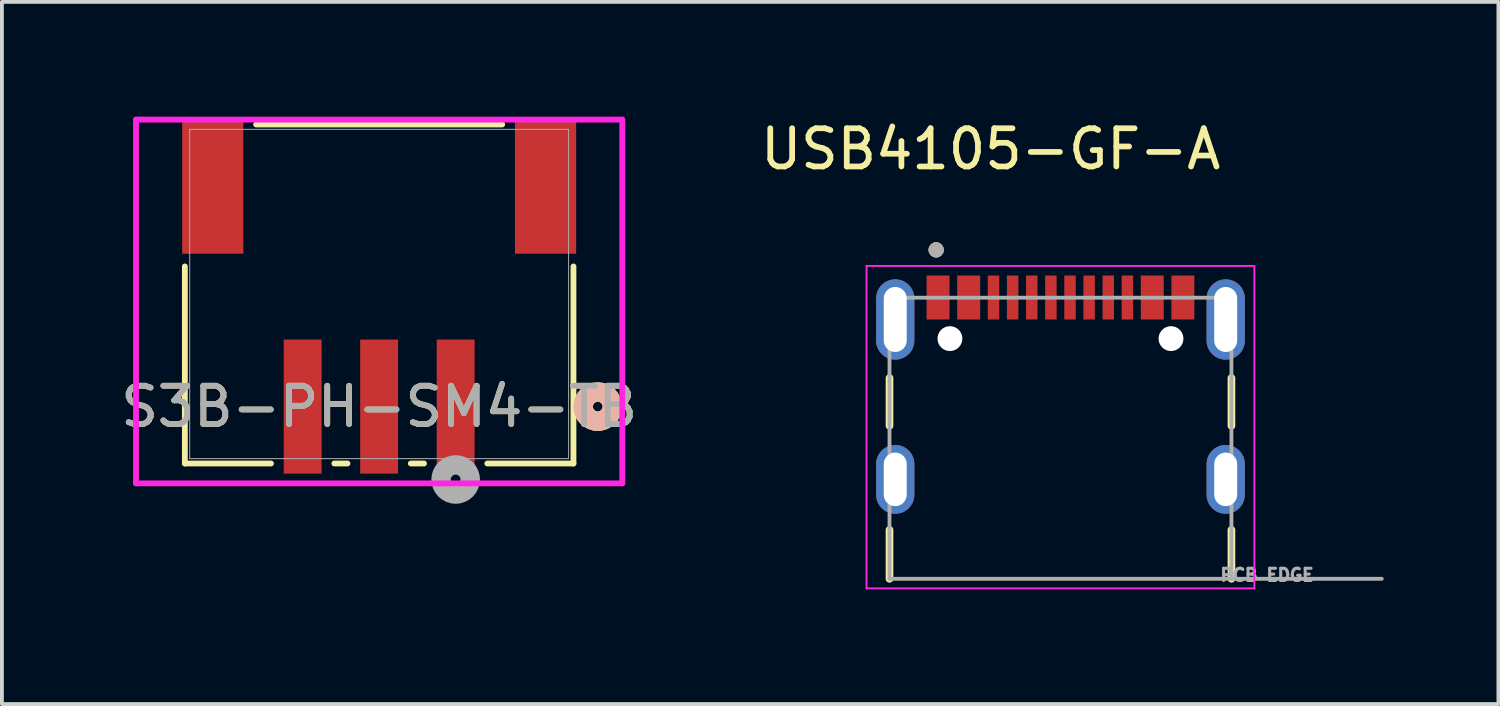
<source format=kicad_pcb>
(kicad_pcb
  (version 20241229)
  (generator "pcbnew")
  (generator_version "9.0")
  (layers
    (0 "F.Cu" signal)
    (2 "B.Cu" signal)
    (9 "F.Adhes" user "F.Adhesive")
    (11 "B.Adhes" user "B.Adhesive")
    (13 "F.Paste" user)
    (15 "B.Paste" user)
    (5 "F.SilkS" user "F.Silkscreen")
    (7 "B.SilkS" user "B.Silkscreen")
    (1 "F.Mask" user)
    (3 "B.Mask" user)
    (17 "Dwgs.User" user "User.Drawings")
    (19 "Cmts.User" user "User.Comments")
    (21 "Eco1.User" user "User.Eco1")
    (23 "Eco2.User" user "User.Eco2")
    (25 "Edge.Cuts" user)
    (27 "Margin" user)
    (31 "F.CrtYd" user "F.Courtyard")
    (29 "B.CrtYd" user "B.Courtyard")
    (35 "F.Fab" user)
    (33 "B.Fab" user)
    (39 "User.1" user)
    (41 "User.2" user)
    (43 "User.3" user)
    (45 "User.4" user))
  (footprint "S3B-PH-SM4-TB"
    (layer "F.Cu")
    (at 6.863 4.636)
    (property "Reference" "S3B-PH-SM4-TB" (at 0 2.945 0) (unlocked yes) (layer "F.SilkS") (effects (font (size 1 1) (thickness 0.15))))
    (attr smd)
    (fp_line (start -5.08 -0.72) (end -5.08 4.432) (stroke (width 0.152) (type solid)) (layer "F.SilkS"))
    (fp_line (start -5.08 4.432) (end -2.828 4.432) (stroke (width 0.152) (type solid)) (layer "F.SilkS"))
    (fp_line (start -1.172 4.432) (end -0.828 4.432) (stroke (width 0.152) (type solid)) (layer "F.SilkS"))
    (fp_line (start 0.828 4.432) (end 1.172 4.432) (stroke (width 0.152) (type solid)) (layer "F.SilkS"))
    (fp_line (start 2.828 4.432) (end 5.08 4.432) (stroke (width 0.152) (type solid)) (layer "F.SilkS"))
    (fp_line (start 3.217 -4.432) (end -3.217 -4.432) (stroke (width 0.152) (type solid)) (layer "F.SilkS"))
    (fp_line (start 5.08 4.432) (end 5.08 -0.72) (stroke (width 0.152) (type solid)) (layer "F.SilkS"))
    (fp_circle (center 5.715 2.945) (end 6.096 2.945) (stroke (width 0.508) (type solid)) (fill no) (layer "F.SilkS"))
    (fp_circle (center 5.715 2.945) (end 6.096 2.945) (stroke (width 0.508) (type solid)) (fill no) (layer "B.SilkS"))
    (fp_line (start -6.357 -4.559) (end -6.357 4.951) (stroke (width 0.152) (type solid)) (layer "F.CrtYd"))
    (fp_line (start -6.357 4.951) (end 6.357 4.951) (stroke (width 0.152) (type solid)) (layer "F.CrtYd"))
    (fp_line (start 6.357 -4.559) (end -6.357 -4.559) (stroke (width 0.152) (type solid)) (layer "F.CrtYd"))
    (fp_line (start 6.357 4.951) (end 6.357 -4.559) (stroke (width 0.152) (type solid)) (layer "F.CrtYd"))
    (fp_line (start -4.953 -4.305) (end -4.953 4.305) (stroke (width 0.025) (type solid)) (layer "F.Fab"))
    (fp_line (start -4.953 4.305) (end 4.953 4.305) (stroke (width 0.025) (type solid)) (layer "F.Fab"))
    (fp_line (start 4.953 -4.305) (end -4.953 -4.305) (stroke (width 0.025) (type solid)) (layer "F.Fab"))
    (fp_line (start 4.953 4.305) (end 4.953 -4.305) (stroke (width 0.025) (type solid)) (layer "F.Fab"))
    (fp_circle (center 2 4.85) (end 2.381 4.85) (stroke (width 0.508) (type solid)) (fill no) (layer "F.Fab"))
    (fp_text user "${REFERENCE}" (at 0 2.945 0) (unlocked yes) (layer "F.Fab") (effects (font (size 1 1) (thickness 0.15))))
    (pad "1" smd rect (at 2 2.945) (size 0.991 3.505) (layers "F.Cu" "F.Mask" "F.Paste"))
    (pad "2" smd rect (at 0 2.945) (size 0.991 3.505) (layers "F.Cu" "F.Mask" "F.Paste"))
    (pad "3" smd rect (at -2 2.945) (size 0.991 3.505) (layers "F.Cu" "F.Mask" "F.Paste"))
    (pad "MP" smd rect (at -4.35 -2.805 90) (size 3.505 1.6) (layers "F.Cu" "F.Mask" "F.Paste"))
    (pad "MP" smd rect (at 4.35 -2.805 90) (size 3.505 1.6) (layers "F.Cu" "F.Mask" "F.Paste")))
  (footprint "USB4105-GF-A"
    (layer "F.Cu")
    (at 24.676 9.483)
    (property "Reference" "USB4105-GF-A" (at -1.825 -8.635 0) (layer "F.SilkS") (effects (font (size 1 1) (thickness 0.15))))
    (attr smd)
    (fp_poly (pts (xy -3.55 -5.38) (xy -2.85 -5.38) (xy -2.85 -4.13) (xy -3.55 -4.13)) (stroke (width 0.01) (type solid)) (fill yes) (layer "F.Mask"))
    (fp_poly (pts (xy -2.75 -5.38) (xy -2.05 -5.38) (xy -2.05 -4.13) (xy -2.75 -4.13)) (stroke (width 0.01) (type solid)) (fill yes) (layer "F.Mask"))
    (fp_poly (pts (xy -1.95 -5.38) (xy -1.55 -5.38) (xy -1.55 -4.13) (xy -1.95 -4.13)) (stroke (width 0.01) (type solid)) (fill yes) (layer "F.Mask"))
    (fp_poly (pts (xy -1.45 -5.38) (xy -1.05 -5.38) (xy -1.05 -4.13) (xy -1.45 -4.13)) (stroke (width 0.01) (type solid)) (fill yes) (layer "F.Mask"))
    (fp_poly (pts (xy -0.95 -5.38) (xy -0.55 -5.38) (xy -0.55 -4.13) (xy -0.95 -4.13)) (stroke (width 0.01) (type solid)) (fill yes) (layer "F.Mask"))
    (fp_poly (pts (xy -0.45 -5.38) (xy -0.05 -5.38) (xy -0.05 -4.13) (xy -0.45 -4.13)) (stroke (width 0.01) (type solid)) (fill yes) (layer "F.Mask"))
    (fp_poly (pts (xy 0.05 -5.38) (xy 0.45 -5.38) (xy 0.45 -4.13) (xy 0.05 -4.13)) (stroke (width 0.01) (type solid)) (fill yes) (layer "F.Mask"))
    (fp_poly (pts (xy 0.55 -5.38) (xy 0.95 -5.38) (xy 0.95 -4.13) (xy 0.55 -4.13)) (stroke (width 0.01) (type solid)) (fill yes) (layer "F.Mask"))
    (fp_poly (pts (xy 1.05 -5.38) (xy 1.45 -5.38) (xy 1.45 -4.13) (xy 1.05 -4.13)) (stroke (width 0.01) (type solid)) (fill yes) (layer "F.Mask"))
    (fp_poly (pts (xy 1.55 -5.38) (xy 1.95 -5.38) (xy 1.95 -4.13) (xy 1.55 -4.13)) (stroke (width 0.01) (type solid)) (fill yes) (layer "F.Mask"))
    (fp_poly (pts (xy 2.05 -5.38) (xy 2.75 -5.38) (xy 2.75 -4.13) (xy 2.05 -4.13)) (stroke (width 0.01) (type solid)) (fill yes) (layer "F.Mask"))
    (fp_poly (pts (xy 2.85 -5.38) (xy 3.55 -5.38) (xy 3.55 -4.13) (xy 2.85 -4.13)) (stroke (width 0.01) (type solid)) (fill yes) (layer "F.Mask"))
    (fp_line (start -4.47 -2.65) (end -4.47 -1.4) (stroke (width 0.2) (type solid)) (layer "F.SilkS"))
    (fp_line (start -4.47 1.32) (end -4.47 2.6) (stroke (width 0.2) (type solid)) (layer "F.SilkS"))
    (fp_line (start 4.47 -2.65) (end 4.47 -1.4) (stroke (width 0.2) (type solid)) (layer "F.SilkS"))
    (fp_line (start 4.47 2.6) (end 4.47 1.32) (stroke (width 0.2) (type solid)) (layer "F.SilkS"))
    (fp_circle (center -3.25 -6) (end -3.15 -6) (stroke (width 0.2) (type solid)) (fill no) (layer "F.SilkS"))
    (fp_line (start -5.07 -5.58) (end -5.07 2.85) (stroke (width 0.05) (type solid)) (layer "F.CrtYd"))
    (fp_line (start -5.07 2.85) (end 5.07 2.85) (stroke (width 0.05) (type solid)) (layer "F.CrtYd"))
    (fp_line (start 5.07 -5.58) (end -5.07 -5.58) (stroke (width 0.05) (type solid)) (layer "F.CrtYd"))
    (fp_line (start 5.07 2.85) (end 5.07 -5.58) (stroke (width 0.05) (type solid)) (layer "F.CrtYd"))
    (fp_line (start -4.47 -4.75) (end 4.47 -4.75) (stroke (width 0.1) (type solid)) (layer "F.Fab"))
    (fp_line (start -4.47 2.6) (end -4.47 -4.75) (stroke (width 0.1) (type solid)) (layer "F.Fab"))
    (fp_line (start 4.47 -4.75) (end 4.47 2.6) (stroke (width 0.1) (type solid)) (layer "F.Fab"))
    (fp_line (start 4.47 2.6) (end -4.47 2.6) (stroke (width 0.1) (type solid)) (layer "F.Fab"))
    (fp_line (start 4.47 2.6) (end 8.4 2.6) (stroke (width 0.1) (type solid)) (layer "F.Fab"))
    (fp_circle (center -3.25 -6) (end -3.15 -6) (stroke (width 0.2) (type solid)) (fill no) (layer "F.Fab"))
    (fp_text user "PCB EDGE" (at 5.4 2.5 0) (layer "F.Fab") (effects (font (size 0.32 0.32) (thickness 0.15))))
    (pad "" np_thru_hole circle (at -2.89 -3.68) (size 0.65 0.65) (drill 0.65) (layers "*.Cu" "*.Mask"))
    (pad "" np_thru_hole circle (at 2.89 -3.68) (size 0.65 0.65) (drill 0.65) (layers "*.Cu" "*.Mask"))
    (pad "A1_B12" smd rect (at -3.2 -4.755) (size 0.6 1.15) (layers "F.Cu" "F.Paste"))
    (pad "A4_B9" smd rect (at -2.4 -4.755) (size 0.6 1.15) (layers "F.Cu" "F.Paste"))
    (pad "A5" smd rect (at -1.25 -4.755) (size 0.3 1.15) (layers "F.Cu" "F.Paste"))
    (pad "A6" smd rect (at -0.25 -4.755) (size 0.3 1.15) (layers "F.Cu" "F.Paste"))
    (pad "A7" smd rect (at 0.25 -4.755) (size 0.3 1.15) (layers "F.Cu" "F.Paste"))
    (pad "A8" smd rect (at 1.25 -4.755) (size 0.3 1.15) (layers "F.Cu" "F.Paste"))
    (pad "B1_A12" smd rect (at 3.2 -4.755) (size 0.6 1.15) (layers "F.Cu" "F.Paste"))
    (pad "B4_A9" smd rect (at 2.4 -4.755) (size 0.6 1.15) (layers "F.Cu" "F.Paste"))
    (pad "B5" smd rect (at 1.75 -4.755) (size 0.3 1.15) (layers "F.Cu" "F.Paste"))
    (pad "B6" smd rect (at 0.75 -4.755) (size 0.3 1.15) (layers "F.Cu" "F.Paste"))
    (pad "B7" smd rect (at -0.75 -4.755) (size 0.3 1.15) (layers "F.Cu" "F.Paste"))
    (pad "B8" smd rect (at -1.75 -4.755) (size 0.3 1.15) (layers "F.Cu" "F.Paste"))
    (pad "SH1" thru_hole oval (at -4.32 -4.18) (size 1 2.1) (drill oval 0.6 1.7) (layers "*.Cu" "*.Mask"))
    (pad "SH2" thru_hole oval (at 4.32 -4.18) (size 1 2.1) (drill oval 0.6 1.7) (layers "*.Cu" "*.Mask"))
    (pad "SH3" thru_hole oval (at -4.32 0) (size 1 1.8) (drill oval 0.6 1.4) (layers "*.Cu" "*.Mask"))
    (pad "SH4" thru_hole oval (at 4.32 0) (size 1 1.8) (drill oval 0.6 1.4) (layers "*.Cu" "*.Mask")))
  (gr_rect
    (start -3 -3)
    (end 36.126 15.358)
    (stroke (width 0.1) (type default))
    (fill no)
    (layer "Edge.Cuts")))
</source>
